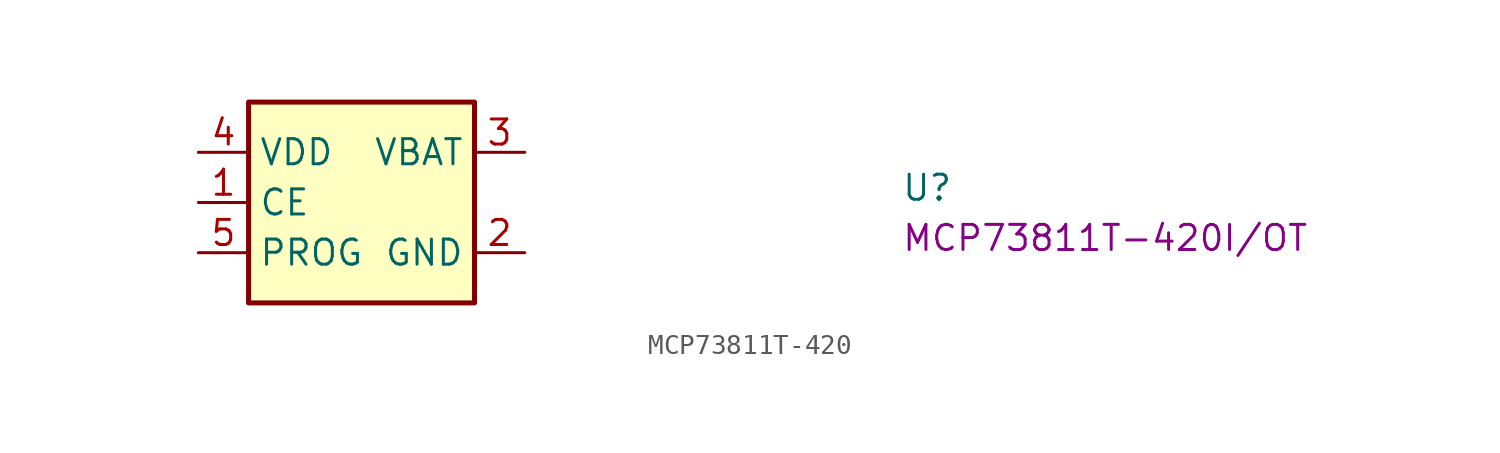
<source format=kicad_sym>
(kicad_symbol_lib
  (version 20220914)
  (generator kicad_symbol_editor)
  (symbol "MCP73811T-420"
    (property "Reference" "U"
      (at 35.56 -2.54 0)
      (effects (font (size 1.27 1.27) (thickness 0.15)) (justify left bottom)))
    (property "MPN" "MCP73811T-420I/OT"
      (at 35.56 -5.08 0)
      (effects (font (size 1.27 1.27) (thickness 0.15)) (justify left bottom)))
    (symbol "MCP73811T-420_1_1"
      (rectangle (start 2.54 2.54) (end 13.97 -7.62) (stroke (width 0.254) (type default)) (fill (type background)))
      (pin input line (at 0 -2.54 0) (length 2.54) (name "CE" (effects (font (size 1.27 1.27)))) (number "1" (effects (font (size 1.27 1.27)))))
      (pin power_in line (at 16.51 -5.08 180) (length 2.54) (name "GND" (effects (font (size 1.27 1.27)))) (number "2" (effects (font (size 1.27 1.27)))))
      (pin power_out line (at 16.51 0 180) (length 2.54) (name "VBAT" (effects (font (size 1.27 1.27)))) (number "3" (effects (font (size 1.27 1.27)))))
      (pin power_in line (at 0 0 0) (length 2.54) (name "VDD" (effects (font (size 1.27 1.27)))) (number "4" (effects (font (size 1.27 1.27)))))
      (pin input line (at 0 -5.08 0) (length 2.54) (name "PROG" (effects (font (size 1.27 1.27)))) (number "5" (effects (font (size 1.27 1.27))))))))
</source>
